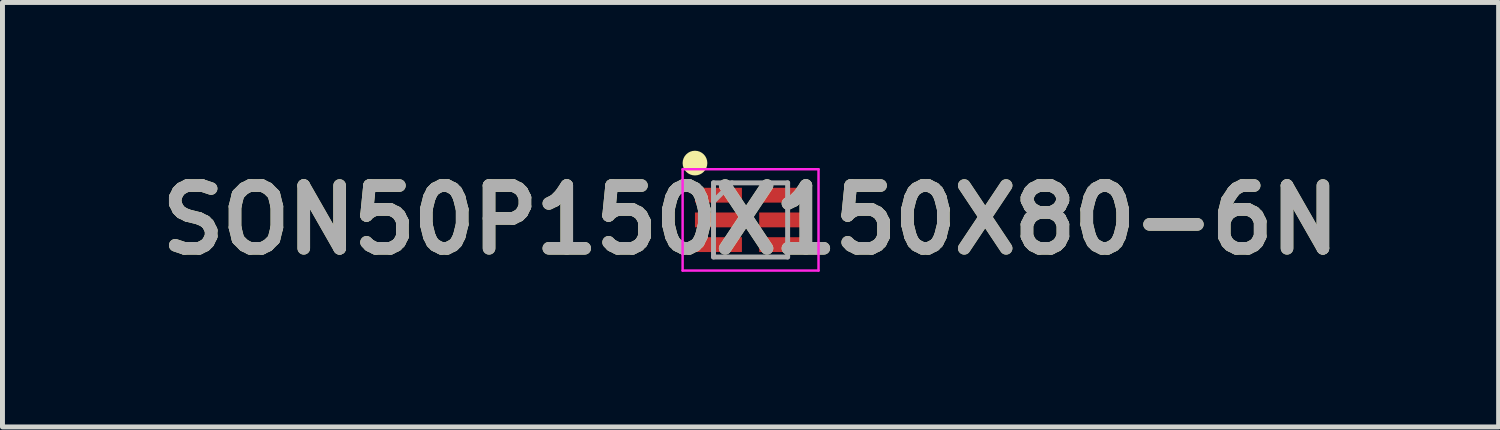
<source format=kicad_pcb>
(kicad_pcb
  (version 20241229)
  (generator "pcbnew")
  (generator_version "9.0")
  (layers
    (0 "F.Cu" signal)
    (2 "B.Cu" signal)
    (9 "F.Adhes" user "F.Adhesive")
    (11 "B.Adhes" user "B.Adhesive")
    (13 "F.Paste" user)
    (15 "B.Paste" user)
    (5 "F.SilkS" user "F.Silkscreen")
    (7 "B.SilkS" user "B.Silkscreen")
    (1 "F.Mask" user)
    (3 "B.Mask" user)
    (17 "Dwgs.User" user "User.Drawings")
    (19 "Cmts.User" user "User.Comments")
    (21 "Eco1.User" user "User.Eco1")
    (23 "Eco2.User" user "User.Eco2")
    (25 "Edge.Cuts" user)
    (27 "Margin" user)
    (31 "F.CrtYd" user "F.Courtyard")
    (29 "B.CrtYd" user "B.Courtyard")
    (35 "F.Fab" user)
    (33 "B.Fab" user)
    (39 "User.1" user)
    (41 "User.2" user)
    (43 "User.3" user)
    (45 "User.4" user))
  (footprint "SON50P150X150X80-6N"
    (layer "F.Cu")
    (at 12.138 1.4)
    (property "Reference" "SON50P150X150X80-6N" (at 0 0 0) (layer "F.SilkS") (effects (font (size 1.27 1.27) (thickness 0.254))))
    (attr smd)
    (fp_circle (center -1.125 -1.15) (end -1.125 -1.025) (stroke (width 0.25) (type solid)) (fill no) (layer "F.SilkS"))
    (fp_line (start -1.375 -1.025) (end 1.375 -1.025) (stroke (width 0.05) (type solid)) (layer "F.CrtYd"))
    (fp_line (start -1.375 1.025) (end -1.375 -1.025) (stroke (width 0.05) (type solid)) (layer "F.CrtYd"))
    (fp_line (start 1.375 -1.025) (end 1.375 1.025) (stroke (width 0.05) (type solid)) (layer "F.CrtYd"))
    (fp_line (start 1.375 1.025) (end -1.375 1.025) (stroke (width 0.05) (type solid)) (layer "F.CrtYd"))
    (fp_line (start -0.75 -0.75) (end 0.75 -0.75) (stroke (width 0.1) (type solid)) (layer "F.Fab"))
    (fp_line (start -0.75 -0.375) (end -0.375 -0.75) (stroke (width 0.1) (type solid)) (layer "F.Fab"))
    (fp_line (start -0.75 0.75) (end -0.75 -0.75) (stroke (width 0.1) (type solid)) (layer "F.Fab"))
    (fp_line (start 0.75 -0.75) (end 0.75 0.75) (stroke (width 0.1) (type solid)) (layer "F.Fab"))
    (fp_line (start 0.75 0.75) (end -0.75 0.75) (stroke (width 0.1) (type solid)) (layer "F.Fab"))
    (fp_text user "${REFERENCE}" (at 0 0 0) (layer "F.Fab") (effects (font (size 1.27 1.27) (thickness 0.254))))
    (pad "1" smd rect (at -0.65 -0.5 90) (size 0.3 0.95) (layers "F.Cu" "F.Mask" "F.Paste"))
    (pad "2" smd rect (at -0.65 0 90) (size 0.3 0.95) (layers "F.Cu" "F.Mask" "F.Paste"))
    (pad "3" smd rect (at -0.65 0.5 90) (size 0.3 0.95) (layers "F.Cu" "F.Mask" "F.Paste"))
    (pad "4" smd rect (at 0.65 0.5 90) (size 0.3 0.95) (layers "F.Cu" "F.Mask" "F.Paste"))
    (pad "5" smd rect (at 0.65 0 90) (size 0.3 0.95) (layers "F.Cu" "F.Mask" "F.Paste"))
    (pad "6" smd rect (at 0.65 -0.5 90) (size 0.3 0.95) (layers "F.Cu" "F.Mask" "F.Paste")))
  (gr_rect
    (start -3 -3)
    (end 27.275 5.589)
    (stroke (width 0.1) (type default))
    (fill no)
    (layer "Edge.Cuts")))
</source>
